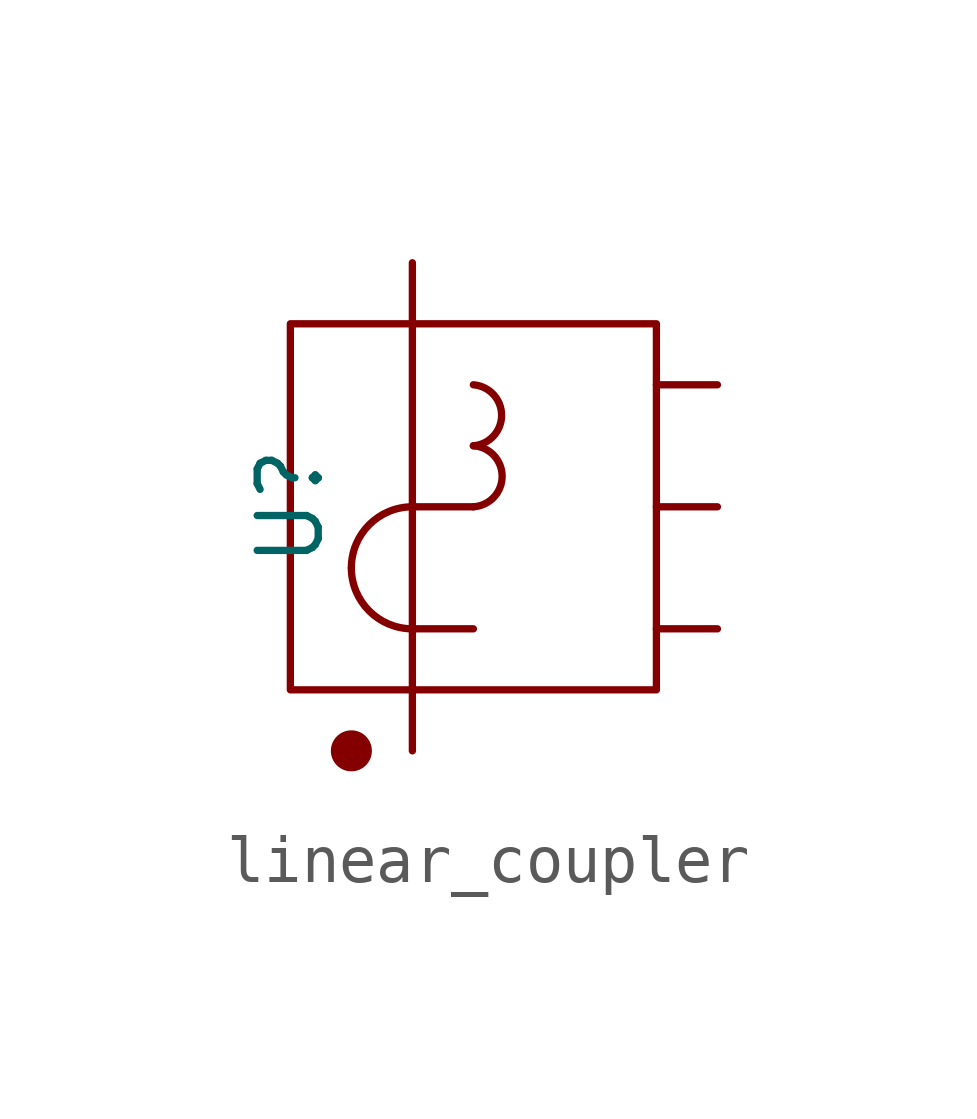
<source format=kicad_sym>
(kicad_symbol_lib
  (version 20211014)
  (generator kicad_symbol_editor)
  (symbol "linear_coupler"
    (pin_numbers hide)
    (pin_names hide)
    (property "Reference" "U"
      (at -3.81 0 90)
      (effects (font (size 1.27 1.27))))
    (symbol "linear_coupler_0_1"
      (rectangle (start -3.81 3.81) (end 3.81 -3.81) (stroke (width 0) (type default) (color 0 0 0 0)) (fill (type none)))
      (circle (center -2.54 -5.08) (radius 0.351) (stroke (width 0) (type default) (color 0 0 0 0)) (fill (type outline)))
      (arc (start -2.54 -1.27) (mid -2.168 -2.168) (end -1.27 -2.54) (stroke (width 0) (type default) (color 0 0 0 0)) (fill (type none)))
      (arc (start -1.27 0) (mid -2.168 -0.372) (end -2.54 -1.27) (stroke (width 0) (type default) (color 0 0 0 0)) (fill (type none)))
      (polyline (pts (xy -1.27 -3.81) (xy -1.27 3.81)) (stroke (width 0) (type default) (color 0 0 0 0)) (fill (type none)))
      (polyline (pts (xy -1.27 -2.54) (xy 0 -2.54)) (stroke (width 0) (type default) (color 0 0 0 0)) (fill (type none)))
      (polyline (pts (xy -1.27 0) (xy 0 0)) (stroke (width 0) (type default) (color 0 0 0 0)) (fill (type none)))
      (arc (start 0 0) (mid 0.6735 0.635) (end 0 1.27) (stroke (width 0) (type default) (color 0 0 0 0)) (fill (type none)))
      (arc (start 0 1.27) (mid 0.6861 1.905) (end 0 2.54) (stroke (width 0) (type default) (color 0 0 0 0)) (fill (type none))))
    (symbol "linear_coupler_1_1"
      (pin passive line (at -1.27 5.08 270) (length 1.27) (name "" (effects (font (size 1.27 1.27)))) (number "1" (effects (font (size 1.27 1.27)))))
      (pin passive line (at -1.27 -5.08 90) (length 1.27) (name "" (effects (font (size 1.27 1.27)))) (number "2" (effects (font (size 1.27 1.27)))))
      (pin power_in line (at 5.08 2.54 180) (length 1.27) (name "+" (effects (font (size 1.27 1.27)))) (number "3" (effects (font (size 1.27 1.27)))))
      (pin output line (at 5.08 0 180) (length 1.27) (name "M" (effects (font (size 1.27 1.27)))) (number "4" (effects (font (size 1.27 1.27)))))
      (pin power_in line (at 5.08 -2.54 180) (length 1.27) (name "-" (effects (font (size 1.27 1.27)))) (number "5" (effects (font (size 1.27 1.27))))))))
</source>
